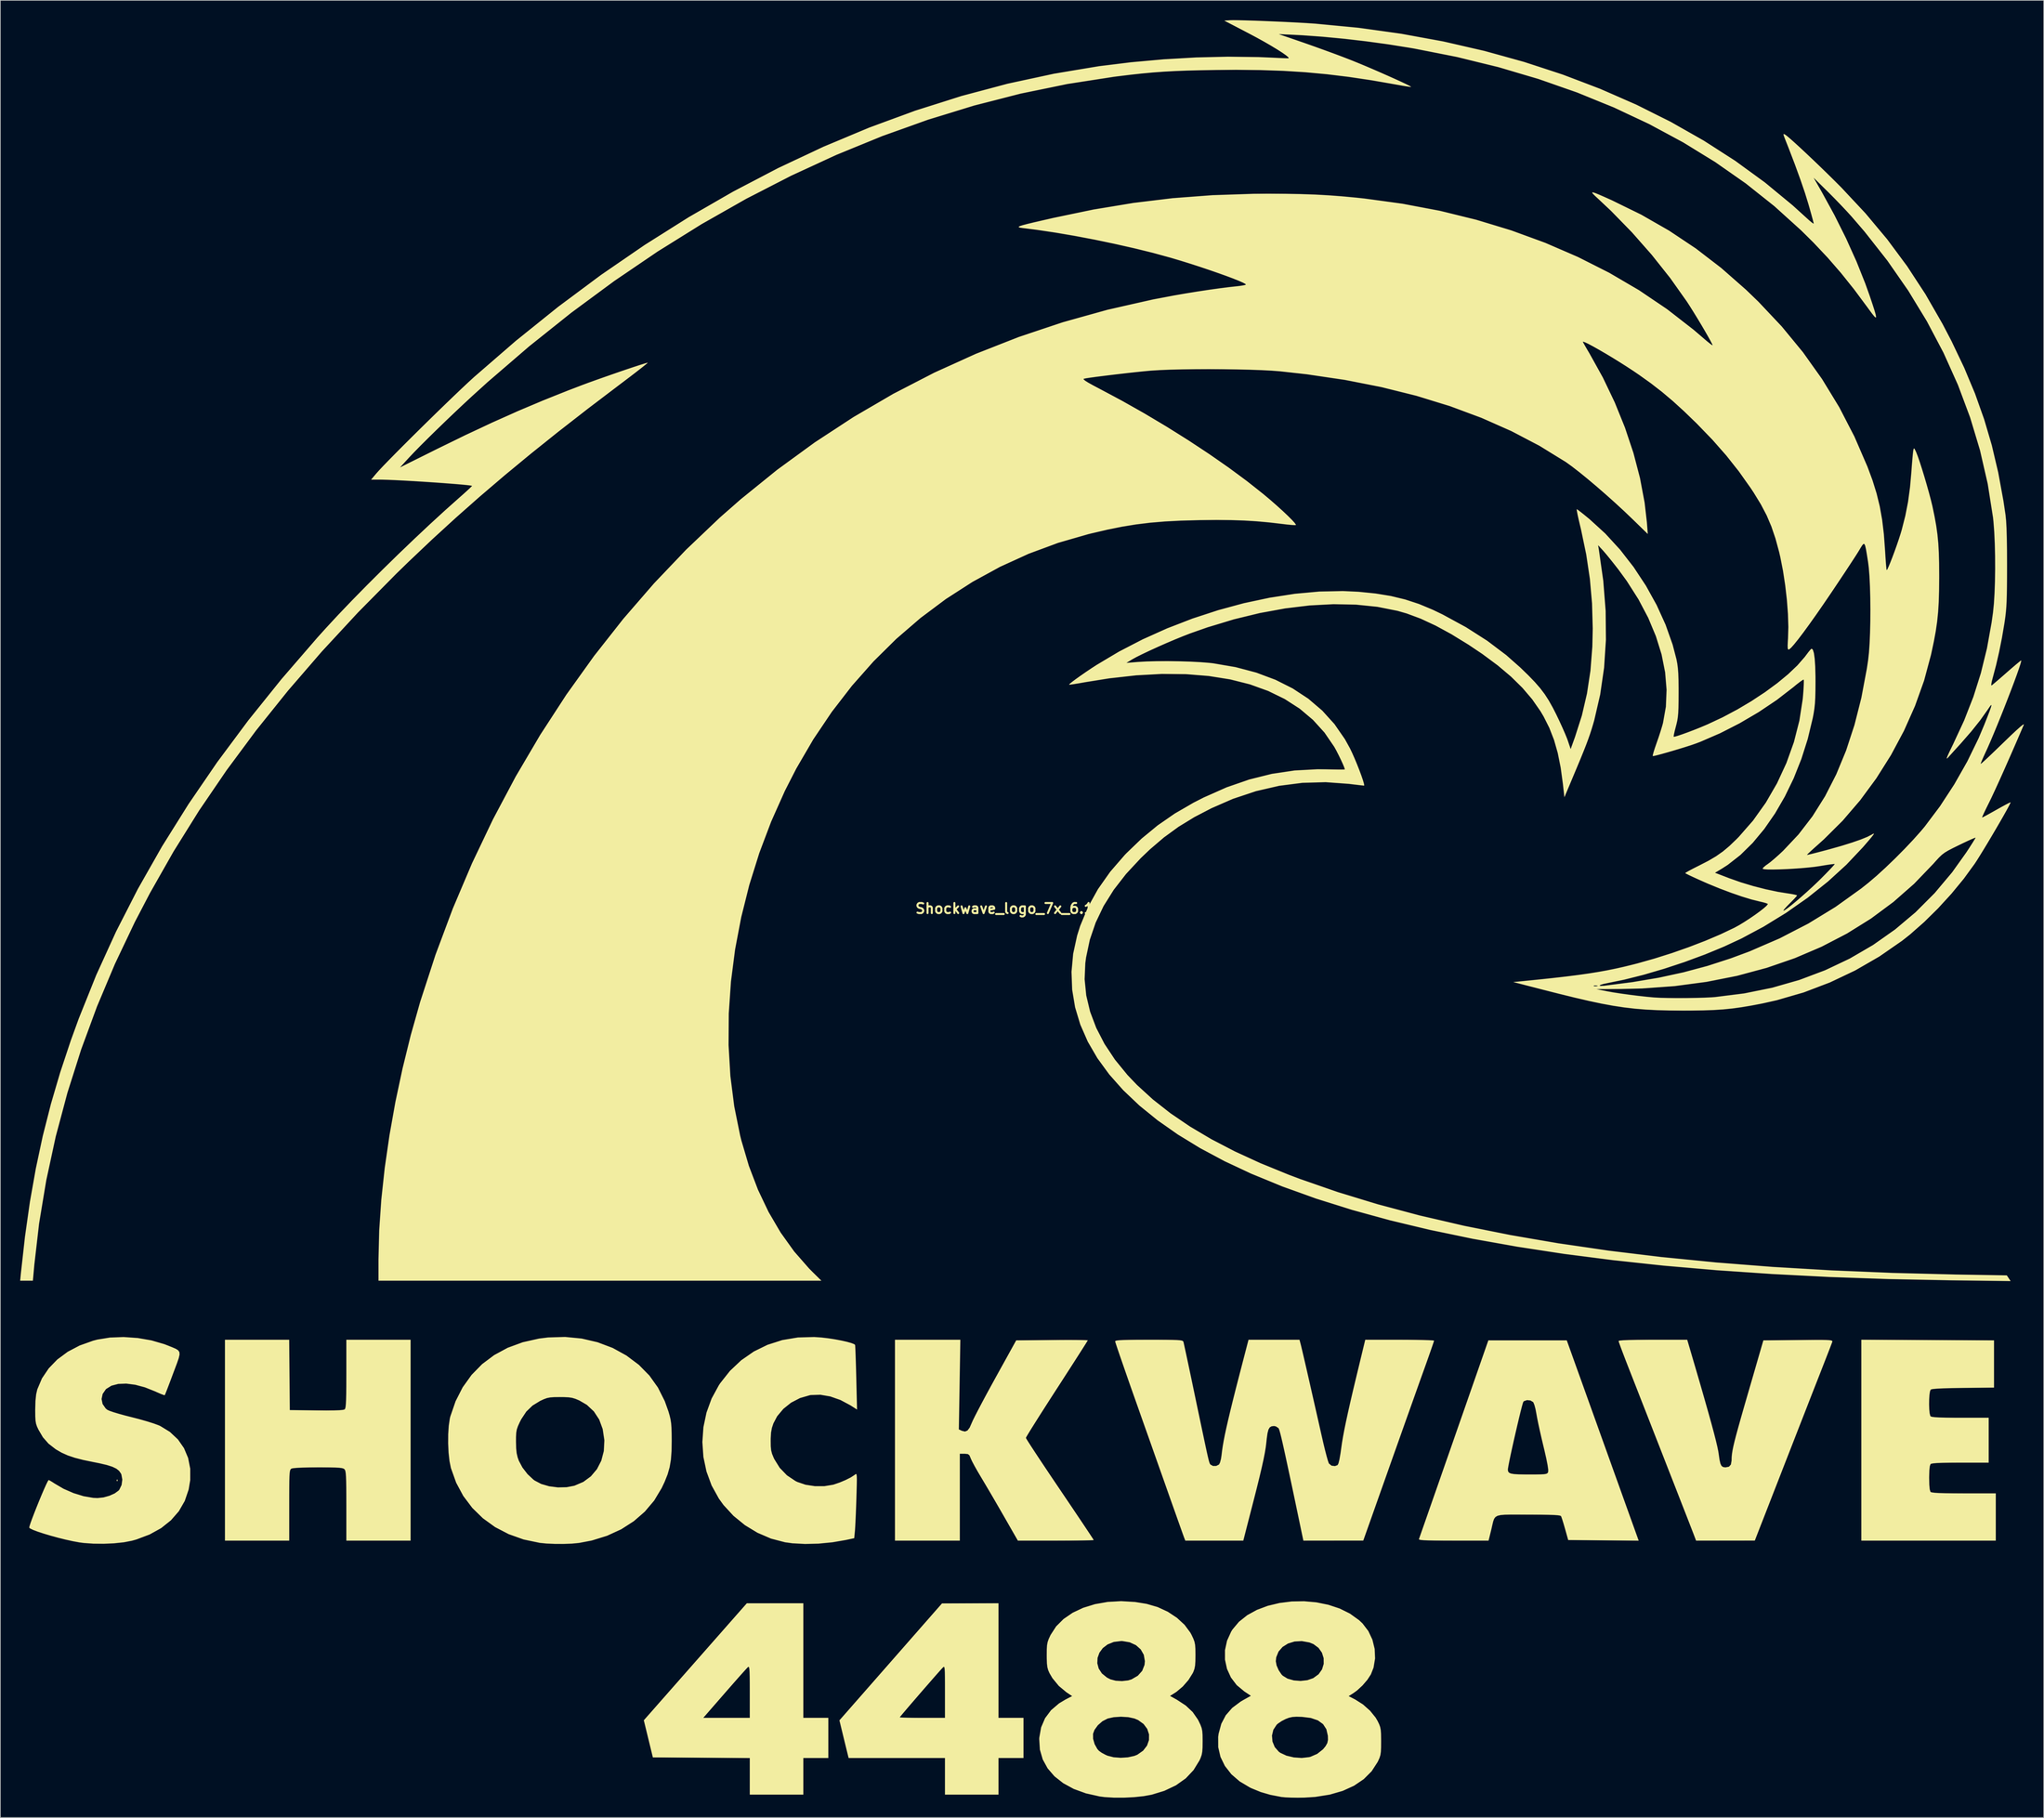
<source format=kicad_pcb>
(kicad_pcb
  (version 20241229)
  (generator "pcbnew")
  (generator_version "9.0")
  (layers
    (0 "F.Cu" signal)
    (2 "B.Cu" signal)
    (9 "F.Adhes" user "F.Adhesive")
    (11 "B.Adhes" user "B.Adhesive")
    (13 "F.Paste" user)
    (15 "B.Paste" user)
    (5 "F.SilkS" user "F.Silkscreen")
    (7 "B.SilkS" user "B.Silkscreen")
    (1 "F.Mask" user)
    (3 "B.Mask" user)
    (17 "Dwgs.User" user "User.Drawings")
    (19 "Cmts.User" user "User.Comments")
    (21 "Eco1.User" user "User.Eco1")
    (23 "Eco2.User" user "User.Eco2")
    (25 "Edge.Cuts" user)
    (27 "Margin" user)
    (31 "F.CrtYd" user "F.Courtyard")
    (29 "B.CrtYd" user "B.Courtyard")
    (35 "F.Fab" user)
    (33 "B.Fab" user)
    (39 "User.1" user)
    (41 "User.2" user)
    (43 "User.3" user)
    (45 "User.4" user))
  (footprint "Shockwave_logo_7x_6.1"
    (layer "F.Cu")
    (at 148.995 134.493)
    (property "Reference" "Shockwave_logo_7x_6.1" (at 0 0 0) (layer "F.SilkS") (effects (font (size 1.524 1.524) (thickness 0.3))))
    (attr board_only exclude_from_pos_files exclude_from_bom)
    (fp_poly (pts (xy -134.266 86.455) (xy -134.244 86.668) (xy -134.266 86.694) (xy -134.373 86.669) (xy -134.386 86.575) (xy -134.32 86.427)) (stroke (width 0) (type solid)) (fill yes) (layer "F.SilkS"))
    (fp_poly (pts (xy -30.444 122.528) (xy -26.661 122.528) (xy -26.661 128.61) (xy -30.444 128.61) (xy -30.444 134.155) (xy -38.55 134.155) (xy -38.55 128.614) (xy -45.887 128.567) (xy -53.224 128.52) (xy -54.589 122.896) (xy -54.266 122.528) (xy -45.59 122.528) (xy -38.55 122.528) (xy -38.55 118.571) (xy -38.553 117.279) (xy -38.562 116.305) (xy -38.58 115.61) (xy -38.611 115.154) (xy -38.657 114.897) (xy -38.721 114.801) (xy -38.805 114.824) (xy -38.819 114.835) (xy -39.004 115.025) (xy -39.39 115.448) (xy -39.945 116.068) (xy -40.635 116.847) (xy -41.427 117.748) (xy -42.287 118.734) (xy -42.338 118.792) (xy -45.59 122.528) (xy -54.266 122.528) (xy -46.795 114.038) (xy -39.001 105.181) (xy -34.722 105.179) (xy -30.444 105.177)) (stroke (width 0) (type solid)) (fill yes) (layer "F.SilkS"))
    (fp_poly (pts (xy -0.901 122.528) (xy 2.882 122.528) (xy 2.882 128.61) (xy -0.901 128.61) (xy -0.901 134.155) (xy -9.007 134.155) (xy -9.007 128.61) (xy -23.592 128.61) (xy -23.693 128.207) (xy -23.77 127.891) (xy -23.914 127.303) (xy -24.104 126.52) (xy -24.323 125.619) (xy -24.387 125.355) (xy -24.981 122.905) (xy -24.58 122.447) (xy -15.852 122.447) (xy -15.682 122.473) (xy -15.206 122.495) (xy -14.48 122.512) (xy -13.56 122.524) (xy -12.502 122.528) (xy -12.43 122.528) (xy -9.007 122.528) (xy -9.007 118.553) (xy -9.008 117.266) (xy -9.013 116.297) (xy -9.026 115.605) (xy -9.052 115.152) (xy -9.092 114.898) (xy -9.152 114.802) (xy -9.235 114.825) (xy -9.345 114.927) (xy -9.348 114.931) (xy -9.609 115.214) (xy -10.043 115.701) (xy -10.613 116.348) (xy -11.283 117.115) (xy -12.017 117.957) (xy -12.778 118.834) (xy -13.528 119.703) (xy -14.232 120.52) (xy -14.852 121.245) (xy -15.353 121.835) (xy -15.697 122.247) (xy -15.849 122.439) (xy -15.852 122.447) (xy -24.58 122.447) (xy -17.219 114.053) (xy -9.457 105.2) (xy -0.901 105.177)) (stroke (width 0) (type solid)) (fill yes) (layer "F.SilkS"))
    (fp_poly (pts (xy 139.745 65.332) (xy 149.788 65.378) (xy 149.788 72.533) (xy 145.119 72.581) (xy 143.451 72.606) (xy 142.12 72.643) (xy 141.134 72.692) (xy 140.496 72.752) (xy 140.213 72.824) (xy 140.21 72.826) (xy 140.097 73.096) (xy 140.017 73.625) (xy 139.972 74.318) (xy 139.961 75.08) (xy 139.985 75.813) (xy 140.046 76.423) (xy 140.143 76.812) (xy 140.186 76.88) (xy 140.383 76.955) (xy 140.82 77.012) (xy 141.524 77.053) (xy 142.521 77.08) (xy 143.838 77.093) (xy 144.69 77.094) (xy 148.977 77.094) (xy 148.977 83.892) (xy 144.69 83.892) (xy 143.19 83.898) (xy 142.023 83.917) (xy 141.164 83.95) (xy 140.587 83.998) (xy 140.264 84.064) (xy 140.186 84.106) (xy 140.073 84.414) (xy 140 85.059) (xy 139.971 86.025) (xy 139.97 86.217) (xy 139.992 87.235) (xy 140.058 87.935) (xy 140.165 88.3) (xy 140.186 88.328) (xy 140.372 88.398) (xy 140.787 88.453) (xy 141.459 88.494) (xy 142.414 88.522) (xy 143.677 88.537) (xy 145.23 88.542) (xy 150.058 88.542) (xy 150.058 95.697) (xy 129.702 95.697) (xy 129.702 65.286)) (stroke (width 0) (type solid)) (fill yes) (layer "F.SilkS"))
    (fp_poly (pts (xy -108.175 75.932) (xy -104.145 75.98) (xy -102.65 75.99) (xy -101.495 75.981) (xy -100.661 75.952) (xy -100.127 75.901) (xy -99.873 75.829) (xy -99.866 75.824) (xy -99.792 75.7) (xy -99.733 75.44) (xy -99.689 75.009) (xy -99.657 74.372) (xy -99.635 73.492) (xy -99.623 72.334) (xy -99.619 70.863) (xy -99.618 70.454) (xy -99.618 65.289) (xy -89.891 65.289) (xy -89.891 95.697) (xy -99.618 95.697) (xy -99.618 90.433) (xy -99.621 88.895) (xy -99.628 87.676) (xy -99.644 86.737) (xy -99.669 86.039) (xy -99.705 85.544) (xy -99.755 85.213) (xy -99.821 85.006) (xy -99.902 84.888) (xy -100.048 84.791) (xy -100.297 84.719) (xy -100.695 84.668) (xy -101.291 84.634) (xy -102.131 84.615) (xy -103.263 84.608) (xy -103.876 84.607) (xy -105.152 84.616) (xy -106.24 84.642) (xy -107.095 84.683) (xy -107.673 84.737) (xy -107.917 84.792) (xy -108.016 84.86) (xy -108.094 84.973) (xy -108.154 85.169) (xy -108.198 85.487) (xy -108.229 85.968) (xy -108.249 86.648) (xy -108.259 87.568) (xy -108.264 88.767) (xy -108.265 90.283) (xy -108.265 95.697) (xy -117.993 95.697) (xy -117.993 65.289) (xy -108.271 65.289)) (stroke (width 0) (type solid)) (fill yes) (layer "F.SilkS"))
    (fp_poly (pts (xy -6.79 72.077) (xy -6.903 78.865) (xy -6.444 79.073) (xy -5.984 79.185) (xy -5.606 79.035) (xy -5.269 78.591) (xy -4.953 77.876) (xy -4.775 77.476) (xy -4.444 76.806) (xy -3.984 75.911) (xy -3.417 74.834) (xy -2.766 73.619) (xy -2.055 72.309) (xy -1.391 71.102) (xy 1.776 65.378) (xy 7.193 65.331) (xy 8.548 65.322) (xy 9.78 65.319) (xy 10.843 65.323) (xy 11.695 65.332) (xy 12.29 65.347) (xy 12.585 65.367) (xy 12.61 65.375) (xy 12.515 65.54) (xy 12.245 65.975) (xy 11.816 66.652) (xy 11.249 67.541) (xy 10.563 68.613) (xy 9.775 69.838) (xy 8.906 71.187) (xy 7.973 72.63) (xy 7.926 72.702) (xy 6.99 74.152) (xy 6.116 75.514) (xy 5.323 76.757) (xy 4.631 77.852) (xy 4.057 78.767) (xy 3.622 79.474) (xy 3.345 79.941) (xy 3.243 80.139) (xy 3.243 80.141) (xy 3.34 80.325) (xy 3.621 80.777) (xy 4.065 81.468) (xy 4.655 82.369) (xy 5.37 83.451) (xy 6.193 84.687) (xy 7.104 86.046) (xy 8.084 87.5) (xy 8.377 87.933) (xy 9.372 89.406) (xy 10.304 90.788) (xy 11.153 92.05) (xy 11.901 93.166) (xy 12.528 94.105) (xy 13.017 94.842) (xy 13.348 95.346) (xy 13.502 95.59) (xy 13.511 95.609) (xy 13.338 95.63) (xy 12.847 95.65) (xy 12.082 95.667) (xy 11.084 95.681) (xy 9.897 95.691) (xy 8.563 95.696) (xy 7.769 95.697) (xy 2.026 95.697) (xy -0.101 91.986) (xy -0.798 90.775) (xy -1.529 89.515) (xy -2.244 88.291) (xy -2.895 87.187) (xy -3.432 86.286) (xy -3.557 86.078) (xy -4.06 85.228) (xy -4.51 84.429) (xy -4.867 83.759) (xy -5.088 83.295) (xy -5.118 83.216) (xy -5.304 82.782) (xy -5.543 82.594) (xy -5.977 82.55) (xy -6.053 82.55) (xy -6.755 82.55) (xy -6.755 95.697) (xy -11.664 95.697) (xy -16.573 95.697) (xy -16.573 65.289) (xy -6.678 65.289)) (stroke (width 0) (type solid)) (fill yes) (layer "F.SilkS"))
    (fp_poly (pts (xy -27.755 64.945) (xy -26.743 65.061) (xy -25.716 65.217) (xy -24.738 65.398) (xy -23.874 65.59) (xy -23.188 65.78) (xy -22.745 65.953) (xy -22.609 66.067) (xy -22.588 66.294) (xy -22.561 66.83) (xy -22.53 67.626) (xy -22.497 68.633) (xy -22.462 69.802) (xy -22.43 71.063) (xy -22.314 75.853) (xy -23.305 75.224) (xy -24.821 74.412) (xy -26.365 73.869) (xy -27.875 73.61) (xy -29.289 73.652) (xy -29.472 73.682) (xy -30.947 74.11) (xy -32.299 74.814) (xy -33.471 75.749) (xy -34.406 76.87) (xy -34.973 77.945) (xy -35.203 78.628) (xy -35.333 79.338) (xy -35.385 80.216) (xy -35.389 80.582) (xy -35.377 81.415) (xy -35.317 82.027) (xy -35.183 82.552) (xy -34.947 83.127) (xy -34.84 83.355) (xy -34.019 84.679) (xy -32.929 85.809) (xy -31.633 86.68) (xy -31.345 86.822) (xy -30.111 87.237) (xy -28.709 87.451) (xy -27.273 87.452) (xy -25.939 87.233) (xy -25.839 87.205) (xy -24.953 86.905) (xy -24.057 86.528) (xy -23.264 86.126) (xy -22.689 85.753) (xy -22.63 85.705) (xy -22.519 85.62) (xy -22.438 85.614) (xy -22.383 85.725) (xy -22.352 85.996) (xy -22.342 86.467) (xy -22.352 87.179) (xy -22.378 88.173) (xy -22.41 89.258) (xy -22.451 90.476) (xy -22.496 91.645) (xy -22.543 92.693) (xy -22.587 93.546) (xy -22.626 94.131) (xy -22.633 94.214) (xy -22.738 95.324) (xy -24.024 95.6) (xy -26.05 95.949) (xy -28.14 96.152) (xy -30.189 96.204) (xy -32.091 96.101) (xy -33.224 95.945) (xy -35.34 95.39) (xy -37.382 94.513) (xy -39.296 93.35) (xy -41.029 91.936) (xy -42.528 90.307) (xy -43.236 89.327) (xy -44.328 87.347) (xy -45.107 85.234) (xy -45.574 83.03) (xy -45.729 80.78) (xy -45.572 78.527) (xy -45.105 76.314) (xy -44.328 74.185) (xy -43.24 72.183) (xy -43.041 71.882) (xy -41.549 69.995) (xy -39.842 68.387) (xy -37.94 67.069) (xy -35.865 66.049) (xy -33.637 65.337) (xy -31.276 64.943) (xy -28.804 64.875)) (stroke (width 0) (type solid)) (fill yes) (layer "F.SilkS"))
    (fp_poly (pts (xy 103.755 66.675) (xy 104.604 69.564) (xy 105.35 72.126) (xy 105.998 74.376) (xy 106.552 76.329) (xy 107.015 78) (xy 107.392 79.403) (xy 107.687 80.554) (xy 107.904 81.467) (xy 108.047 82.156) (xy 108.11 82.55) (xy 108.237 83.441) (xy 108.37 84.033) (xy 108.539 84.386) (xy 108.774 84.558) (xy 109.104 84.607) (xy 109.152 84.607) (xy 109.666 84.507) (xy 109.959 84.177) (xy 110.065 83.572) (xy 110.067 83.441) (xy 110.079 83.035) (xy 110.122 82.586) (xy 110.204 82.058) (xy 110.334 81.419) (xy 110.519 80.632) (xy 110.769 79.663) (xy 111.092 78.478) (xy 111.496 77.041) (xy 111.99 75.319) (xy 112.357 74.054) (xy 112.796 72.539) (xy 113.216 71.091) (xy 113.604 69.756) (xy 113.945 68.579) (xy 114.227 67.606) (xy 114.437 66.884) (xy 114.56 66.459) (xy 114.562 66.451) (xy 114.873 65.378) (xy 120.139 65.331) (xy 121.652 65.318) (xy 122.843 65.311) (xy 123.748 65.312) (xy 124.406 65.324) (xy 124.854 65.349) (xy 125.13 65.388) (xy 125.271 65.444) (xy 125.314 65.519) (xy 125.299 65.615) (xy 125.295 65.627) (xy 125.201 65.882) (xy 124.996 66.422) (xy 124.696 67.199) (xy 124.322 68.163) (xy 123.891 69.267) (xy 123.476 70.326) (xy 123.093 71.303) (xy 122.598 72.567) (xy 122.009 74.073) (xy 121.345 75.775) (xy 120.622 77.626) (xy 119.859 79.581) (xy 119.073 81.594) (xy 118.284 83.618) (xy 117.673 85.185) (xy 113.579 95.69) (xy 109.134 95.693) (xy 104.688 95.697) (xy 104.332 94.758) (xy 104.209 94.44) (xy 103.967 93.818) (xy 103.618 92.922) (xy 103.174 91.783) (xy 102.645 90.429) (xy 102.045 88.89) (xy 101.383 87.197) (xy 100.672 85.378) (xy 99.924 83.465) (xy 99.15 81.485) (xy 98.362 79.471) (xy 97.572 77.45) (xy 96.79 75.453) (xy 96.03 73.51) (xy 95.301 71.651) (xy 94.617 69.904) (xy 94.371 69.275) (xy 93.954 68.204) (xy 93.586 67.242) (xy 93.285 66.44) (xy 93.071 65.849) (xy 92.963 65.52) (xy 92.953 65.474) (xy 93.133 65.411) (xy 93.673 65.362) (xy 94.572 65.325) (xy 95.83 65.301) (xy 97.446 65.29) (xy 98.15 65.289) (xy 103.346 65.289)) (stroke (width 0) (type solid)) (fill yes) (layer "F.SilkS"))
    (fp_poly (pts (xy -64.007 65.106) (xy -61.589 65.664) (xy -59.308 66.527) (xy -57.217 67.678) (xy -55.337 69.09) (xy -53.753 70.7) (xy -52.452 72.524) (xy -51.423 74.577) (xy -50.861 76.145) (xy -50.674 76.789) (xy -50.541 77.358) (xy -50.453 77.937) (xy -50.401 78.615) (xy -50.375 79.478) (xy -50.365 80.582) (xy -50.389 82.139) (xy -50.487 83.44) (xy -50.682 84.586) (xy -50.994 85.674) (xy -51.445 86.804) (xy -51.892 87.75) (xy -53.019 89.625) (xy -54.431 91.299) (xy -56.105 92.757) (xy -58.018 93.983) (xy -60.149 94.962) (xy -62.473 95.68) (xy -64.401 96.047) (xy -65.461 96.149) (xy -66.734 96.198) (xy -68.078 96.194) (xy -69.351 96.136) (xy -70.345 96.036) (xy -72.784 95.524) (xy -75.044 94.722) (xy -77.107 93.647) (xy -78.953 92.313) (xy -80.563 90.738) (xy -81.918 88.937) (xy -82.998 86.928) (xy -83.784 84.726) (xy -83.792 84.696) (xy -84.003 83.65) (xy -84.142 82.381) (xy -84.207 80.996) (xy -84.206 80.761) (xy -73.938 80.761) (xy -73.912 81.729) (xy -73.837 82.464) (xy -73.692 83.089) (xy -73.508 83.609) (xy -72.966 84.63) (xy -72.193 85.629) (xy -71.302 86.465) (xy -71.119 86.601) (xy -70.128 87.12) (xy -68.919 87.469) (xy -67.597 87.636) (xy -66.271 87.607) (xy -65.101 87.384) (xy -63.746 86.808) (xy -62.601 85.962) (xy -61.687 84.878) (xy -61.028 83.593) (xy -60.646 82.142) (xy -60.564 80.558) (xy -60.57 80.448) (xy -60.818 78.805) (xy -61.349 77.362) (xy -62.152 76.136) (xy -63.217 75.144) (xy -64.348 74.484) (xy -64.924 74.238) (xy -65.425 74.084) (xy -65.97 74.001) (xy -66.679 73.968) (xy -67.287 73.964) (xy -68.146 73.973) (xy -68.763 74.016) (xy -69.255 74.114) (xy -69.74 74.292) (xy -70.285 74.547) (xy -71.442 75.255) (xy -72.376 76.16) (xy -73.15 77.328) (xy -73.383 77.788) (xy -73.647 78.372) (xy -73.813 78.858) (xy -73.901 79.364) (xy -73.936 80.008) (xy -73.938 80.761) (xy -84.206 80.761) (xy -84.199 79.602) (xy -84.115 78.307) (xy -83.955 77.218) (xy -83.883 76.915) (xy -83.084 74.589) (xy -82.008 72.484) (xy -80.667 70.612) (xy -79.075 68.983) (xy -77.244 67.608) (xy -75.188 66.497) (xy -72.919 65.661) (xy -70.451 65.11) (xy -69.098 64.941) (xy -66.523 64.862)) (stroke (width 0) (type solid)) (fill yes) (layer "F.SilkS"))
    (fp_poly (pts (xy 86.142 68.24) (xy 86.381 68.906) (xy 86.727 69.872) (xy 87.169 71.101) (xy 87.691 72.556) (xy 88.282 74.202) (xy 88.927 76) (xy 89.614 77.914) (xy 90.329 79.908) (xy 91.06 81.944) (xy 91.341 82.729) (xy 92.047 84.697) (xy 92.723 86.579) (xy 93.357 88.346) (xy 93.94 89.97) (xy 94.461 91.42) (xy 94.909 92.668) (xy 95.274 93.684) (xy 95.545 94.439) (xy 95.712 94.903) (xy 95.757 95.029) (xy 96.002 95.702) (xy 90.665 95.655) (xy 85.328 95.608) (xy 84.853 93.904) (xy 84.636 93.153) (xy 84.441 92.523) (xy 84.294 92.099) (xy 84.241 91.981) (xy 84.101 91.911) (xy 83.758 91.856) (xy 83.182 91.815) (xy 82.344 91.787) (xy 81.215 91.769) (xy 79.763 91.762) (xy 79.258 91.762) (xy 77.785 91.757) (xy 76.629 91.755) (xy 75.749 91.772) (xy 75.101 91.826) (xy 74.643 91.934) (xy 74.332 92.114) (xy 74.127 92.384) (xy 73.985 92.759) (xy 73.862 93.259) (xy 73.718 93.899) (xy 73.683 94.043) (xy 73.277 95.697) (xy 67.964 95.697) (xy 66.383 95.694) (xy 65.132 95.684) (xy 64.179 95.666) (xy 63.493 95.638) (xy 63.044 95.599) (xy 62.801 95.548) (xy 62.733 95.483) (xy 62.735 95.474) (xy 62.81 95.263) (xy 63 94.723) (xy 63.301 93.861) (xy 63.712 92.686) (xy 64.229 91.207) (xy 64.849 89.43) (xy 65.57 87.366) (xy 66.389 85.021) (xy 66.415 84.947) (xy 76.2 84.947) (xy 76.234 85.211) (xy 76.368 85.404) (xy 76.649 85.536) (xy 77.126 85.619) (xy 77.846 85.663) (xy 78.859 85.679) (xy 79.394 85.68) (xy 80.448 85.678) (xy 81.197 85.666) (xy 81.697 85.638) (xy 82.005 85.585) (xy 82.176 85.501) (xy 82.266 85.378) (xy 82.298 85.301) (xy 82.309 84.956) (xy 82.214 84.276) (xy 82.014 83.265) (xy 81.709 81.929) (xy 81.591 81.442) (xy 81.31 80.26) (xy 81.044 79.087) (xy 80.81 78.009) (xy 80.629 77.111) (xy 80.52 76.501) (xy 80.383 75.778) (xy 80.219 75.167) (xy 80.059 74.776) (xy 80.022 74.724) (xy 79.613 74.478) (xy 79.101 74.426) (xy 78.654 74.575) (xy 78.549 74.671) (xy 78.465 74.896) (xy 78.319 75.416) (xy 78.123 76.177) (xy 77.891 77.123) (xy 77.635 78.201) (xy 77.367 79.356) (xy 77.099 80.532) (xy 76.845 81.675) (xy 76.616 82.73) (xy 76.426 83.644) (xy 76.287 84.36) (xy 76.21 84.824) (xy 76.2 84.947) (xy 66.415 84.947) (xy 67.302 82.405) (xy 68.307 79.526) (xy 69.401 76.391) (xy 70.581 73.01) (xy 71.843 69.39) (xy 72.026 68.866) (xy 73.243 65.378) (xy 85.113 65.378)) (stroke (width 0) (type solid)) (fill yes) (layer "F.SilkS"))
    (fp_poly (pts (xy -131.207 65.025) (xy -129.119 65.385) (xy -127.176 65.95) (xy -126.619 66.166) (xy -125.924 66.446) (xy -125.411 66.67) (xy -125.071 66.891) (xy -124.894 67.161) (xy -124.87 67.535) (xy -124.989 68.064) (xy -125.241 68.803) (xy -125.616 69.804) (xy -125.837 70.391) (xy -126.213 71.395) (xy -126.549 72.278) (xy -126.823 72.988) (xy -127.015 73.472) (xy -127.105 73.677) (xy -127.107 73.68) (xy -127.29 73.643) (xy -127.719 73.48) (xy -128.314 73.224) (xy -128.575 73.105) (xy -130.106 72.494) (xy -131.574 72.1) (xy -132.935 71.924) (xy -134.148 71.97) (xy -135.17 72.238) (xy -135.96 72.73) (xy -136.025 72.791) (xy -136.509 73.492) (xy -136.672 74.259) (xy -136.517 75.014) (xy -136.051 75.682) (xy -135.811 75.884) (xy -135.487 76.037) (xy -134.878 76.25) (xy -134.047 76.501) (xy -133.061 76.773) (xy -132.136 77.007) (xy -130.913 77.321) (xy -129.771 77.646) (xy -128.788 77.957) (xy -128.042 78.231) (xy -127.788 78.344) (xy -126.317 79.248) (xy -125.115 80.375) (xy -124.194 81.696) (xy -123.568 83.182) (xy -123.25 84.805) (xy -123.251 86.535) (xy -123.488 87.963) (xy -124.077 89.691) (xy -124.975 91.248) (xy -126.17 92.621) (xy -127.648 93.799) (xy -129.396 94.77) (xy -131.403 95.523) (xy -132.081 95.712) (xy -133.299 95.947) (xy -134.754 96.102) (xy -136.33 96.173) (xy -137.91 96.158) (xy -139.38 96.052) (xy -140.056 95.962) (xy -141.039 95.779) (xy -142.126 95.539) (xy -143.256 95.259) (xy -144.371 94.955) (xy -145.41 94.645) (xy -146.315 94.348) (xy -147.026 94.079) (xy -147.483 93.857) (xy -147.617 93.745) (xy -147.584 93.538) (xy -147.434 93.066) (xy -147.19 92.388) (xy -146.875 91.562) (xy -146.514 90.645) (xy -146.13 89.698) (xy -145.747 88.778) (xy -145.389 87.943) (xy -145.079 87.251) (xy -144.842 86.762) (xy -144.7 86.534) (xy -144.681 86.525) (xy -144.436 86.643) (xy -144.022 86.896) (xy -143.814 87.034) (xy -142.423 87.848) (xy -140.912 88.508) (xy -139.381 88.978) (xy -137.931 89.224) (xy -137.284 89.252) (xy -136.386 89.157) (xy -135.481 88.908) (xy -134.681 88.549) (xy -134.098 88.122) (xy -133.984 87.99) (xy -133.639 87.275) (xy -133.528 86.458) (xy -133.668 85.691) (xy -133.739 85.532) (xy -134.018 85.137) (xy -134.436 84.805) (xy -135.039 84.515) (xy -135.876 84.248) (xy -136.995 83.985) (xy -137.874 83.81) (xy -139.446 83.486) (xy -140.729 83.157) (xy -141.794 82.799) (xy -142.71 82.388) (xy -143.55 81.901) (xy -143.624 81.853) (xy -144.706 81.014) (xy -145.548 80.052) (xy -146.234 78.883) (xy -146.449 78.42) (xy -146.589 78.002) (xy -146.67 77.533) (xy -146.708 76.918) (xy -146.717 76.061) (xy -146.717 75.842) (xy -146.681 74.551) (xy -146.574 73.548) (xy -146.402 72.801) (xy -145.692 71.136) (xy -144.67 69.618) (xy -143.362 68.267) (xy -141.792 67.106) (xy -139.988 66.155) (xy -137.973 65.436) (xy -137.306 65.262) (xy -135.403 64.955) (xy -133.336 64.878)) (stroke (width 0) (type solid)) (fill yes) (layer "F.SilkS"))
    (fp_poly (pts (xy 47.218 105.042) (xy 49.03 105.409) (xy 50.74 105.978) (xy 52.301 106.753) (xy 53.668 107.735) (xy 54.204 108.241) (xy 55.077 109.382) (xy 55.692 110.692) (xy 56.037 112.099) (xy 56.099 113.533) (xy 55.867 114.921) (xy 55.464 115.948) (xy 54.934 116.765) (xy 54.202 117.616) (xy 53.387 118.372) (xy 52.847 118.766) (xy 52.102 119.238) (xy 53.095 119.754) (xy 54.282 120.51) (xy 55.341 121.453) (xy 56.181 122.491) (xy 56.482 123.004) (xy 56.715 123.484) (xy 56.868 123.9) (xy 56.958 124.347) (xy 57.001 124.923) (xy 57.014 125.723) (xy 57.015 126.106) (xy 57.009 127.016) (xy 56.979 127.666) (xy 56.908 128.153) (xy 56.78 128.573) (xy 56.578 129.025) (xy 56.474 129.232) (xy 55.577 130.614) (xy 54.387 131.806) (xy 52.922 132.798) (xy 51.198 133.584) (xy 49.232 134.154) (xy 47.043 134.501) (xy 45.396 134.605) (xy 44.382 134.618) (xy 43.392 134.605) (xy 42.536 134.568) (xy 41.924 134.51) (xy 41.898 134.506) (xy 40.241 134.186) (xy 38.79 133.761) (xy 37.395 133.187) (xy 37.145 133.068) (xy 35.605 132.155) (xy 34.341 131.061) (xy 33.367 129.814) (xy 32.699 128.44) (xy 32.354 126.966) (xy 32.346 125.419) (xy 32.375 125.213) (xy 40.492 125.213) (xy 40.567 126.113) (xy 40.914 126.954) (xy 41.522 127.653) (xy 41.757 127.823) (xy 42.684 128.257) (xy 43.807 128.522) (xy 44.994 128.602) (xy 46.112 128.479) (xy 46.318 128.428) (xy 47.338 127.983) (xy 48.218 127.287) (xy 48.605 126.817) (xy 48.869 126.347) (xy 48.971 125.867) (xy 48.954 125.249) (xy 48.729 124.258) (xy 48.227 123.48) (xy 47.441 122.911) (xy 46.366 122.546) (xy 45.029 122.382) (xy 44.186 122.36) (xy 43.571 122.399) (xy 43.053 122.517) (xy 42.57 122.7) (xy 41.953 123.017) (xy 41.406 123.386) (xy 41.2 123.57) (xy 40.699 124.338) (xy 40.492 125.213) (xy 32.375 125.213) (xy 32.416 124.922) (xy 32.825 123.422) (xy 33.499 122.136) (xy 34.463 121.03) (xy 35.74 120.072) (xy 36.17 119.819) (xy 37.3 119.187) (xy 36.303 118.53) (xy 35.154 117.571) (xy 34.277 116.417) (xy 33.683 115.118) (xy 33.432 113.961) (xy 41.072 113.961) (xy 41.193 114.598) (xy 41.502 115.312) (xy 41.923 115.943) (xy 42.122 116.15) (xy 42.852 116.594) (xy 43.79 116.86) (xy 44.826 116.941) (xy 45.851 116.827) (xy 46.74 116.518) (xy 47.543 115.932) (xy 48.068 115.19) (xy 48.324 114.355) (xy 48.315 113.491) (xy 48.051 112.663) (xy 47.536 111.933) (xy 46.779 111.365) (xy 46.166 111.116) (xy 45.002 110.909) (xy 43.902 110.971) (xy 42.916 111.274) (xy 42.094 111.792) (xy 41.484 112.497) (xy 41.135 113.36) (xy 41.072 113.961) (xy 33.432 113.961) (xy 33.38 113.723) (xy 33.379 112.283) (xy 33.689 110.846) (xy 34.319 109.463) (xy 34.507 109.163) (xy 35.495 107.982) (xy 36.746 106.987) (xy 38.214 106.181) (xy 39.854 105.564) (xy 41.62 105.14) (xy 43.467 104.91) (xy 45.348 104.877)) (stroke (width 0) (type solid)) (fill yes) (layer "F.SilkS"))
    (fp_poly (pts (xy 19.771 104.988) (xy 21.527 105.271) (xy 23.183 105.754) (xy 24.728 106.471) (xy 26.107 107.381) (xy 27.262 108.446) (xy 28.135 109.625) (xy 28.323 109.974) (xy 28.591 110.539) (xy 28.763 111.005) (xy 28.859 111.482) (xy 28.902 112.08) (xy 28.913 112.91) (xy 28.913 113.045) (xy 28.901 113.955) (xy 28.856 114.607) (xy 28.761 115.102) (xy 28.603 115.54) (xy 28.499 115.76) (xy 27.85 116.798) (xy 26.994 117.782) (xy 26.054 118.577) (xy 25.86 118.705) (xy 25.063 119.206) (xy 26.095 119.783) (xy 27.448 120.669) (xy 28.491 121.651) (xy 29.271 122.774) (xy 29.402 123.026) (xy 29.67 123.592) (xy 29.843 124.058) (xy 29.94 124.534) (xy 29.983 125.13) (xy 29.993 125.958) (xy 29.993 126.102) (xy 29.983 126.998) (xy 29.94 127.644) (xy 29.847 128.145) (xy 29.686 128.607) (xy 29.523 128.968) (xy 28.623 130.437) (xy 27.433 131.697) (xy 25.955 132.744) (xy 24.192 133.578) (xy 22.288 134.163) (xy 21.077 134.385) (xy 19.634 134.536) (xy 18.083 134.613) (xy 16.546 134.611) (xy 15.146 134.526) (xy 14.411 134.432) (xy 12.33 133.964) (xy 10.486 133.29) (xy 8.895 132.424) (xy 7.573 131.382) (xy 6.533 130.177) (xy 5.791 128.824) (xy 5.363 127.34) (xy 5.263 125.737) (xy 5.275 125.515) (xy 5.377 124.94) (xy 13.409 124.94) (xy 13.415 125.696) (xy 13.649 126.517) (xy 14.058 127.246) (xy 14.301 127.518) (xy 14.72 127.818) (xy 15.305 128.132) (xy 15.602 128.262) (xy 16.513 128.497) (xy 17.586 128.577) (xy 18.682 128.508) (xy 19.662 128.293) (xy 20.114 128.109) (xy 20.993 127.492) (xy 21.578 126.735) (xy 21.872 125.895) (xy 21.88 125.031) (xy 21.608 124.199) (xy 21.059 123.459) (xy 20.24 122.868) (xy 19.668 122.626) (xy 18.733 122.425) (xy 17.632 122.36) (xy 16.532 122.432) (xy 15.623 122.632) (xy 14.834 123.036) (xy 14.138 123.643) (xy 13.625 124.353) (xy 13.409 124.94) (xy 5.377 124.94) (xy 5.549 123.968) (xy 6.142 122.584) (xy 7.049 121.371) (xy 8.264 120.336) (xy 9.25 119.746) (xy 10.239 119.232) (xy 9.376 118.655) (xy 8.224 117.696) (xy 7.258 116.518) (xy 6.812 115.755) (xy 6.617 115.312) (xy 6.493 114.859) (xy 6.426 114.296) (xy 6.425 114.261) (xy 14.049 114.261) (xy 14.264 115.065) (xy 14.748 115.806) (xy 15.517 116.433) (xy 16.034 116.698) (xy 16.841 116.91) (xy 17.797 116.964) (xy 18.727 116.859) (xy 19.233 116.706) (xy 20.184 116.152) (xy 20.847 115.412) (xy 21.201 114.515) (xy 21.257 113.942) (xy 21.091 112.985) (xy 20.624 112.166) (xy 19.898 111.521) (xy 18.958 111.089) (xy 17.848 110.905) (xy 17.654 110.901) (xy 16.541 111.036) (xy 15.614 111.408) (xy 14.887 111.966) (xy 14.375 112.661) (xy 14.091 113.443) (xy 14.049 114.261) (xy 6.425 114.261) (xy 6.399 113.525) (xy 6.396 113.044) (xy 6.403 112.174) (xy 6.44 111.552) (xy 6.528 111.066) (xy 6.687 110.607) (xy 6.94 110.064) (xy 6.985 109.973) (xy 7.82 108.683) (xy 8.944 107.561) (xy 10.322 106.617) (xy 11.917 105.865) (xy 13.695 105.314) (xy 15.62 104.977) (xy 17.657 104.864)) (stroke (width 0) (type solid)) (fill yes) (layer "F.SilkS"))
    (fp_poly (pts (xy 44.839 65.96) (xy 44.931 66.334) (xy 45.094 67.021) (xy 45.318 67.983) (xy 45.595 69.184) (xy 45.917 70.588) (xy 46.276 72.156) (xy 46.662 73.854) (xy 47.068 75.643) (xy 47.485 77.487) (xy 47.905 79.349) (xy 48.022 79.867) (xy 48.284 81.002) (xy 48.537 82.037) (xy 48.766 82.916) (xy 48.954 83.579) (xy 49.088 83.968) (xy 49.117 84.026) (xy 49.507 84.35) (xy 50.025 84.412) (xy 50.418 84.267) (xy 50.557 84.007) (xy 50.709 83.402) (xy 50.871 82.466) (xy 50.987 81.631) (xy 51.102 80.828) (xy 51.252 79.932) (xy 51.444 78.909) (xy 51.685 77.73) (xy 51.982 76.362) (xy 52.341 74.774) (xy 52.77 72.935) (xy 53.276 70.812) (xy 53.864 68.374) (xy 54.613 65.289) (xy 59.822 65.289) (xy 61.15 65.293) (xy 62.353 65.306) (xy 63.387 65.325) (xy 64.205 65.351) (xy 64.764 65.381) (xy 65.019 65.414) (xy 65.03 65.423) (xy 64.972 65.622) (xy 64.808 66.11) (xy 64.555 66.841) (xy 64.23 67.768) (xy 63.848 68.843) (xy 63.519 69.761) (xy 63.182 70.7) (xy 62.742 71.933) (xy 62.215 73.413) (xy 61.615 75.097) (xy 60.96 76.94) (xy 60.265 78.896) (xy 59.545 80.922) (xy 58.818 82.973) (xy 58.161 84.827) (xy 54.313 95.691) (xy 49.779 95.694) (xy 45.245 95.697) (xy 45.067 94.848) (xy 44.487 92.079) (xy 43.974 89.64) (xy 43.525 87.51) (xy 43.134 85.669) (xy 42.797 84.097) (xy 42.511 82.773) (xy 42.269 81.677) (xy 42.068 80.787) (xy 41.902 80.084) (xy 41.769 79.546) (xy 41.662 79.155) (xy 41.577 78.888) (xy 41.51 78.726) (xy 41.468 78.66) (xy 41.087 78.406) (xy 40.809 78.346) (xy 40.432 78.389) (xy 40.157 78.55) (xy 39.959 78.883) (xy 39.813 79.44) (xy 39.696 80.274) (xy 39.636 80.851) (xy 39.547 81.579) (xy 39.408 82.428) (xy 39.209 83.437) (xy 38.943 84.643) (xy 38.601 86.087) (xy 38.175 87.807) (xy 37.794 89.302) (xy 36.152 95.697) (xy 27.373 95.697) (xy 27.183 95.205) (xy 27.078 94.918) (xy 26.87 94.338) (xy 26.575 93.512) (xy 26.209 92.486) (xy 25.79 91.304) (xy 25.332 90.012) (xy 25.128 89.437) (xy 24.688 88.191) (xy 24.149 86.667) (xy 23.532 84.924) (xy 22.859 83.02) (xy 22.15 81.015) (xy 21.426 78.969) (xy 20.707 76.939) (xy 20.016 74.986) (xy 20.008 74.963) (xy 19.395 73.228) (xy 18.82 71.591) (xy 18.294 70.084) (xy 17.827 68.738) (xy 17.43 67.586) (xy 17.115 66.658) (xy 16.892 65.987) (xy 16.771 65.604) (xy 16.753 65.527) (xy 16.814 65.456) (xy 17.019 65.399) (xy 17.403 65.357) (xy 18 65.326) (xy 18.844 65.305) (xy 19.971 65.293) (xy 21.414 65.289) (xy 21.875 65.289) (xy 23.373 65.29) (xy 24.549 65.296) (xy 25.444 65.309) (xy 26.097 65.33) (xy 26.547 65.363) (xy 26.833 65.41) (xy 26.996 65.474) (xy 27.073 65.556) (xy 27.091 65.602) (xy 27.147 65.838) (xy 27.267 66.387) (xy 27.445 67.212) (xy 27.672 68.276) (xy 27.941 69.543) (xy 28.244 70.974) (xy 28.572 72.533) (xy 28.816 73.696) (xy 29.265 75.842) (xy 29.648 77.665) (xy 29.969 79.191) (xy 30.236 80.45) (xy 30.453 81.467) (xy 30.628 82.269) (xy 30.767 82.885) (xy 30.875 83.34) (xy 30.958 83.663) (xy 31.024 83.881) (xy 31.078 84.02) (xy 31.126 84.108) (xy 31.174 84.172) (xy 31.188 84.188) (xy 31.565 84.395) (xy 32.053 84.391) (xy 32.473 84.176) (xy 32.478 84.172) (xy 32.633 83.865) (xy 32.774 83.328) (xy 32.858 82.785) (xy 32.939 82.109) (xy 33.045 81.387) (xy 33.182 80.591) (xy 33.356 79.695) (xy 33.575 78.671) (xy 33.843 77.49) (xy 34.168 76.126) (xy 34.555 74.551) (xy 35.012 72.737) (xy 35.545 70.658) (xy 36.161 68.284) (xy 36.767 65.96) (xy 36.943 65.289) (xy 44.661 65.289)) (stroke (width 0) (type solid)) (fill yes) (layer "F.SilkS"))
    (fp_poly (pts (xy 35.383 -134.485) (xy 36.4 -134.461) (xy 37.612 -134.424) (xy 38.965 -134.375) (xy 40.402 -134.317) (xy 41.87 -134.253) (xy 43.313 -134.184) (xy 44.676 -134.112) (xy 45.905 -134.04) (xy 46.945 -133.97) (xy 47.017 -133.965) (xy 53.607 -133.331) (xy 60.08 -132.43) (xy 66.42 -131.265) (xy 72.613 -129.844) (xy 78.644 -128.173) (xy 84.498 -126.256) (xy 90.161 -124.099) (xy 95.619 -121.709) (xy 100.855 -119.092) (xy 105.857 -116.252) (xy 110.608 -113.197) (xy 115.094 -109.931) (xy 119.301 -106.46) (xy 121.262 -104.681) (xy 121.791 -104.202) (xy 122.206 -103.857) (xy 122.453 -103.69) (xy 122.496 -103.694) (xy 122.449 -103.916) (xy 122.317 -104.419) (xy 122.119 -105.142) (xy 121.871 -106.021) (xy 121.698 -106.623) (xy 121.161 -108.357) (xy 120.47 -110.382) (xy 119.637 -112.669) (xy 118.67 -115.191) (xy 118.19 -116.408) (xy 117.986 -116.936) (xy 117.915 -117.196) (xy 117.975 -117.252) (xy 118.154 -117.172) (xy 118.44 -116.963) (xy 118.946 -116.535) (xy 119.634 -115.921) (xy 120.471 -115.154) (xy 121.42 -114.268) (xy 122.445 -113.297) (xy 123.512 -112.273) (xy 124.584 -111.231) (xy 125.626 -110.204) (xy 126.602 -109.226) (xy 126.733 -109.092) (xy 130.331 -105.245) (xy 133.617 -101.316) (xy 136.631 -97.251) (xy 139.414 -92.993) (xy 142.003 -88.489) (xy 143.376 -85.853) (xy 145.277 -81.862) (xy 146.908 -77.96) (xy 148.293 -74.069) (xy 149.457 -70.113) (xy 150.422 -66.016) (xy 151.212 -61.702) (xy 151.532 -59.565) (xy 151.616 -58.733) (xy 151.681 -57.576) (xy 151.726 -56.085) (xy 151.753 -54.253) (xy 151.761 -52.073) (xy 151.761 -51.784) (xy 151.757 -50.072) (xy 151.746 -48.664) (xy 151.727 -47.505) (xy 151.698 -46.543) (xy 151.654 -45.721) (xy 151.595 -44.988) (xy 151.517 -44.288) (xy 151.418 -43.567) (xy 151.348 -43.108) (xy 150.983 -40.97) (xy 150.561 -38.85) (xy 150.106 -36.859) (xy 149.643 -35.11) (xy 149.618 -35.022) (xy 149.456 -34.403) (xy 149.374 -33.959) (xy 149.385 -33.76) (xy 149.412 -33.761) (xy 149.609 -33.916) (xy 150.023 -34.265) (xy 150.604 -34.763) (xy 151.298 -35.368) (xy 151.7 -35.721) (xy 152.426 -36.354) (xy 153.056 -36.893) (xy 153.543 -37.297) (xy 153.838 -37.527) (xy 153.901 -37.563) (xy 153.897 -37.405) (xy 153.772 -36.955) (xy 153.54 -36.255) (xy 153.218 -35.345) (xy 152.821 -34.264) (xy 152.364 -33.053) (xy 151.863 -31.752) (xy 151.334 -30.4) (xy 150.792 -29.039) (xy 150.253 -27.708) (xy 149.732 -26.448) (xy 149.244 -25.298) (xy 148.806 -24.298) (xy 148.54 -23.718) (xy 148.211 -22.997) (xy 147.955 -22.406) (xy 147.802 -22.013) (xy 147.773 -21.886) (xy 147.912 -21.989) (xy 148.273 -22.312) (xy 148.822 -22.822) (xy 149.523 -23.487) (xy 150.343 -24.275) (xy 151.182 -25.088) (xy 152.293 -26.161) (xy 153.163 -26.977) (xy 153.791 -27.535) (xy 154.174 -27.834) (xy 154.313 -27.874) (xy 154.299 -27.815) (xy 153.261 -25.41) (xy 152.297 -23.2) (xy 151.418 -21.207) (xy 150.634 -19.455) (xy 149.956 -17.968) (xy 149.393 -16.768) (xy 148.996 -15.957) (xy 148.603 -15.165) (xy 148.286 -14.5) (xy 148.072 -14.022) (xy 147.987 -13.788) (xy 147.991 -13.773) (xy 148.175 -13.857) (xy 148.61 -14.088) (xy 149.235 -14.432) (xy 149.988 -14.856) (xy 150.164 -14.956) (xy 150.933 -15.388) (xy 151.583 -15.739) (xy 152.053 -15.978) (xy 152.286 -16.075) (xy 152.3 -16.074) (xy 152.238 -15.9) (xy 152.016 -15.464) (xy 151.661 -14.813) (xy 151.198 -13.991) (xy 150.654 -13.043) (xy 150.056 -12.015) (xy 149.43 -10.953) (xy 148.803 -9.9) (xy 148.2 -8.902) (xy 147.648 -8.004) (xy 147.174 -7.252) (xy 146.854 -6.764) (xy 145.224 -4.524) (xy 143.357 -2.255) (xy 141.33 -0.039) (xy 139.217 2.045) (xy 137.094 3.916) (xy 135.874 4.882) (xy 132.423 7.272) (xy 128.763 9.384) (xy 124.931 11.202) (xy 120.965 12.709) (xy 116.901 13.888) (xy 114.717 14.374) (xy 113.051 14.694) (xy 111.56 14.946) (xy 110.165 15.139) (xy 108.783 15.278) (xy 107.333 15.372) (xy 105.734 15.428) (xy 103.905 15.452) (xy 102.681 15.456) (xy 100.668 15.441) (xy 98.831 15.394) (xy 97.116 15.307) (xy 95.467 15.172) (xy 93.832 14.981) (xy 92.154 14.726) (xy 90.38 14.399) (xy 88.456 13.993) (xy 86.327 13.499) (xy 83.938 12.91) (xy 82.505 12.546) (xy 81.176 12.205) (xy 89.621 12.205) (xy 91.242 12.533) (xy 92.145 12.696) (xy 93.299 12.874) (xy 94.595 13.055) (xy 95.924 13.222) (xy 97.178 13.363) (xy 98.247 13.463) (xy 98.357 13.471) (xy 99.281 13.519) (xy 100.468 13.548) (xy 101.824 13.56) (xy 103.255 13.555) (xy 104.665 13.534) (xy 105.959 13.498) (xy 107.044 13.446) (xy 107.545 13.409) (xy 111.964 12.853) (xy 116.223 11.988) (xy 120.312 10.817) (xy 124.223 9.346) (xy 127.948 7.58) (xy 131.476 5.524) (xy 134.8 3.183) (xy 137.911 0.563) (xy 140.8 -2.332) (xy 143.459 -5.497) (xy 145.588 -8.484) (xy 146.092 -9.253) (xy 146.515 -9.915) (xy 146.824 -10.411) (xy 146.982 -10.686) (xy 146.996 -10.72) (xy 146.844 -10.682) (xy 146.425 -10.508) (xy 145.793 -10.223) (xy 145.005 -9.853) (xy 144.524 -9.621) (xy 143.572 -9.154) (xy 142.867 -8.786) (xy 142.332 -8.463) (xy 141.889 -8.126) (xy 141.462 -7.721) (xy 140.972 -7.191) (xy 140.589 -6.758) (xy 137.697 -3.749) (xy 134.55 -0.986) (xy 131.159 1.527) (xy 127.535 3.785) (xy 123.687 5.784) (xy 119.627 7.52) (xy 115.364 8.988) (xy 110.911 10.186) (xy 106.276 11.107) (xy 101.471 11.748) (xy 96.506 12.105) (xy 93.313 12.182) (xy 89.621 12.205) (xy 81.176 12.205) (xy 79.356 11.739) (xy 89.145 11.739) (xy 89.384 11.77) (xy 89.44 11.771) (xy 89.748 11.751) (xy 89.775 11.695) (xy 89.759 11.688) (xy 89.401 11.653) (xy 89.219 11.682) (xy 89.145 11.739) (xy 79.356 11.739) (xy 77.011 11.137) (xy 78.272 11.011) (xy 80.848 10.75) (xy 83.108 10.508) (xy 85.098 10.279) (xy 86.861 10.057) (xy 88.442 9.834) (xy 89.885 9.604) (xy 91.233 9.36) (xy 92.531 9.095) (xy 93.824 8.802) (xy 95.155 8.474) (xy 95.835 8.299) (xy 98.392 7.58) (xy 101.013 6.75) (xy 103.615 5.837) (xy 106.113 4.874) (xy 108.425 3.891) (xy 110.464 2.92) (xy 110.51 2.896) (xy 111.217 2.508) (xy 112.005 2.029) (xy 112.823 1.498) (xy 113.619 0.951) (xy 114.341 0.426) (xy 114.937 -0.04) (xy 115.355 -0.41) (xy 115.543 -0.647) (xy 115.537 -0.702) (xy 115.288 -0.809) (xy 114.8 -0.949) (xy 114.3 -1.065) (xy 113.07 -1.372) (xy 111.598 -1.821) (xy 109.96 -2.386) (xy 108.233 -3.04) (xy 106.491 -3.755) (xy 105.973 -3.98) (xy 105.03 -4.399) (xy 104.213 -4.773) (xy 103.575 -5.075) (xy 103.167 -5.282) (xy 103.041 -5.365) (xy 103.193 -5.477) (xy 103.609 -5.712) (xy 104.229 -6.039) (xy 104.993 -6.425) (xy 105.158 -6.507) (xy 106.563 -7.232) (xy 107.729 -7.92) (xy 108.756 -8.643) (xy 109.748 -9.477) (xy 110.807 -10.494) (xy 111.152 -10.846) (xy 113.31 -13.312) (xy 115.245 -16.028) (xy 116.935 -18.947) (xy 118.36 -22.02) (xy 119.498 -25.203) (xy 120.328 -28.447) (xy 120.829 -31.705) (xy 120.882 -32.288) (xy 120.946 -33.153) (xy 120.985 -33.882) (xy 120.999 -34.404) (xy 120.982 -34.651) (xy 120.978 -34.659) (xy 120.812 -34.588) (xy 120.434 -34.326) (xy 119.904 -33.917) (xy 119.395 -33.5) (xy 116.919 -31.585) (xy 114.181 -29.746) (xy 111.275 -28.039) (xy 108.299 -26.521) (xy 105.349 -25.246) (xy 104.632 -24.974) (xy 103.993 -24.751) (xy 103.17 -24.485) (xy 102.234 -24.194) (xy 101.253 -23.9) (xy 100.297 -23.623) (xy 99.435 -23.382) (xy 98.738 -23.199) (xy 98.273 -23.093) (xy 98.137 -23.075) (xy 98.14 -23.231) (xy 98.25 -23.657) (xy 98.448 -24.286) (xy 98.696 -25.003) (xy 99.014 -25.921) (xy 99.318 -26.854) (xy 99.566 -27.672) (xy 99.68 -28.088) (xy 100.118 -30.548) (xy 100.224 -33.112) (xy 100.003 -35.76) (xy 99.462 -38.473) (xy 98.605 -41.23) (xy 97.44 -44.013) (xy 95.971 -46.801) (xy 94.204 -49.575) (xy 92.917 -51.337) (xy 92.278 -52.156) (xy 91.646 -52.948) (xy 91.085 -53.632) (xy 90.661 -54.127) (xy 90.596 -54.199) (xy 89.856 -55.004) (xy 89.972 -54.33) (xy 90.643 -49.611) (xy 90.999 -45.062) (xy 91.04 -40.679) (xy 90.766 -36.459) (xy 90.176 -32.398) (xy 89.27 -28.493) (xy 89.097 -27.886) (xy 88.868 -27.126) (xy 88.63 -26.39) (xy 88.361 -25.624) (xy 88.043 -24.774) (xy 87.652 -23.785) (xy 87.17 -22.602) (xy 86.576 -21.173) (xy 86.236 -20.363) (xy 84.757 -16.846) (xy 84.534 -18.842) (xy 84.193 -21.337) (xy 83.748 -23.545) (xy 83.182 -25.528) (xy 82.476 -27.348) (xy 81.609 -29.066) (xy 81.126 -29.88) (xy 79.887 -31.663) (xy 78.411 -33.399) (xy 76.673 -35.11) (xy 74.648 -36.818) (xy 72.312 -38.548) (xy 70.25 -39.93) (xy 67.662 -41.521) (xy 65.256 -42.833) (xy 63.005 -43.877) (xy 60.884 -44.667) (xy 59.483 -45.07) (xy 56.456 -45.669) (xy 53.216 -46.001) (xy 49.79 -46.071) (xy 46.202 -45.881) (xy 42.478 -45.433) (xy 38.644 -44.731) (xy 34.726 -43.777) (xy 30.749 -42.574) (xy 28.102 -41.644) (xy 27.017 -41.225) (xy 25.792 -40.724) (xy 24.494 -40.171) (xy 23.191 -39.596) (xy 21.951 -39.03) (xy 20.842 -38.503) (xy 19.931 -38.047) (xy 19.286 -37.69) (xy 19.275 -37.683) (xy 18.465 -37.19) (xy 20.176 -37.327) (xy 21.492 -37.403) (xy 23.036 -37.444) (xy 24.717 -37.453) (xy 26.447 -37.43) (xy 28.135 -37.378) (xy 29.691 -37.297) (xy 31.025 -37.19) (xy 31.615 -37.123) (xy 34.995 -36.54) (xy 38.128 -35.709) (xy 41.011 -34.632) (xy 43.638 -33.311) (xy 46.008 -31.75) (xy 48.115 -29.949) (xy 49.956 -27.912) (xy 51.528 -25.641) (xy 52.305 -24.237) (xy 52.638 -23.54) (xy 53 -22.721) (xy 53.365 -21.84) (xy 53.712 -20.959) (xy 54.018 -20.137) (xy 54.259 -19.435) (xy 54.413 -18.914) (xy 54.457 -18.634) (xy 54.436 -18.603) (xy 54.213 -18.624) (xy 53.708 -18.681) (xy 52.995 -18.766) (xy 52.15 -18.869) (xy 52.144 -18.87) (xy 48.618 -19.128) (xy 45.094 -19.029) (xy 41.577 -18.575) (xy 38.075 -17.767) (xy 34.594 -16.606) (xy 31.348 -15.193) (xy 28.714 -13.82) (xy 26.346 -12.368) (xy 24.149 -10.77) (xy 22.027 -8.96) (xy 20.619 -7.614) (xy 18.4 -5.225) (xy 16.531 -2.816) (xy 15.002 -0.369) (xy 13.803 2.137) (xy 12.923 4.721) (xy 12.353 7.401) (xy 12.236 8.271) (xy 12.131 10.703) (xy 12.377 13.16) (xy 12.966 15.622) (xy 13.891 18.074) (xy 15.144 20.497) (xy 16.72 22.875) (xy 18.609 25.191) (xy 20.066 26.718) (xy 22.476 28.917) (xy 25.151 31.015) (xy 28.105 33.021) (xy 31.353 34.944) (xy 34.909 36.791) (xy 38.787 38.57) (xy 43.003 40.291) (xy 44.765 40.957) (xy 50.494 42.945) (xy 56.535 44.786) (xy 62.889 46.48) (xy 69.559 48.028) (xy 76.545 49.43) (xy 83.849 50.686) (xy 91.472 51.797) (xy 99.416 52.762) (xy 107.683 53.581) (xy 116.274 54.256) (xy 125.189 54.786) (xy 134.432 55.171) (xy 144.003 55.412) (xy 144.452 55.419) (xy 151.726 55.54) (xy 152.015 55.972) (xy 152.304 56.404) (xy 143.119 56.286) (xy 133.834 56.099) (xy 124.859 55.784) (xy 116.196 55.34) (xy 107.846 54.768) (xy 99.812 54.069) (xy 92.096 53.242) (xy 84.7 52.288) (xy 77.625 51.207) (xy 70.875 50) (xy 64.45 48.666) (xy 58.353 47.207) (xy 52.586 45.621) (xy 47.15 43.911) (xy 42.049 42.076) (xy 37.331 40.136) (xy 33.333 38.262) (xy 29.639 36.288) (xy 26.252 34.22) (xy 23.176 32.063) (xy 20.416 29.823) (xy 17.975 27.505) (xy 15.857 25.116) (xy 14.065 22.661) (xy 12.605 20.145) (xy 11.479 17.574) (xy 10.691 14.954) (xy 10.246 12.29) (xy 10.146 9.588) (xy 10.397 6.853) (xy 11.002 4.091) (xy 11.462 2.633) (xy 12.637 -0.2) (xy 14.149 -2.929) (xy 16.003 -5.561) (xy 18.204 -8.104) (xy 18.436 -8.346) (xy 20.778 -10.602) (xy 23.203 -12.596) (xy 25.789 -14.383) (xy 28.612 -16.019) (xy 30.174 -16.816) (xy 33.636 -18.349) (xy 37.063 -19.537) (xy 40.48 -20.386) (xy 43.915 -20.9) (xy 47.395 -21.088) (xy 48.666 -21.076) (xy 49.634 -21.055) (xy 50.461 -21.043) (xy 51.088 -21.041) (xy 51.452 -21.049) (xy 51.521 -21.059) (xy 51.443 -21.334) (xy 51.235 -21.84) (xy 50.938 -22.494) (xy 50.591 -23.211) (xy 50.233 -23.907) (xy 49.913 -24.482) (xy 48.443 -26.633) (xy 46.7 -28.556) (xy 44.693 -30.249) (xy 42.427 -31.711) (xy 39.911 -32.939) (xy 37.15 -33.932) (xy 34.152 -34.688) (xy 30.924 -35.204) (xy 27.472 -35.48) (xy 23.805 -35.514) (xy 19.929 -35.303) (xy 15.85 -34.846) (xy 12.166 -34.251) (xy 11.297 -34.097) (xy 10.565 -33.977) (xy 10.039 -33.901) (xy 9.784 -33.879) (xy 9.772 -33.882) (xy 9.875 -34.014) (xy 10.23 -34.307) (xy 10.788 -34.726) (xy 11.502 -35.236) (xy 12.32 -35.802) (xy 13.196 -36.39) (xy 13.961 -36.887) (xy 17.35 -38.905) (xy 20.925 -40.754) (xy 24.646 -42.423) (xy 28.469 -43.899) (xy 32.353 -45.171) (xy 36.255 -46.227) (xy 40.135 -47.056) (xy 43.949 -47.645) (xy 47.656 -47.984) (xy 51.213 -48.059) (xy 53.592 -47.949) (xy 56.169 -47.689) (xy 58.49 -47.312) (xy 60.649 -46.791) (xy 62.739 -46.103) (xy 64.852 -45.223) (xy 66.292 -44.53) (xy 69.841 -42.6) (xy 73.059 -40.546) (xy 75.954 -38.362) (xy 78.07 -36.493) (xy 79.287 -35.312) (xy 80.276 -34.289) (xy 81.09 -33.354) (xy 81.781 -32.44) (xy 82.402 -31.477) (xy 83.005 -30.399) (xy 83.5 -29.425) (xy 83.988 -28.41) (xy 84.455 -27.392) (xy 84.86 -26.465) (xy 85.163 -25.718) (xy 85.263 -25.44) (xy 85.701 -24.138) (xy 86.365 -25.974) (xy 87.4 -29.222) (xy 88.175 -32.546) (xy 88.701 -36.003) (xy 88.984 -39.645) (xy 89.044 -42.393) (xy 88.94 -46.185) (xy 88.618 -49.882) (xy 88.062 -53.593) (xy 87.26 -57.426) (xy 87.122 -58) (xy 86.915 -58.878) (xy 86.754 -59.618) (xy 86.652 -60.157) (xy 86.621 -60.434) (xy 86.63 -60.458) (xy 86.801 -60.349) (xy 87.192 -60.052) (xy 87.75 -59.609) (xy 88.419 -59.063) (xy 88.572 -58.936) (xy 90.942 -56.772) (xy 93.174 -54.34) (xy 95.234 -51.691) (xy 97.092 -48.878) (xy 98.716 -45.95) (xy 100.075 -42.958) (xy 101.137 -39.953) (xy 101.715 -37.742) (xy 101.842 -37.084) (xy 101.934 -36.385) (xy 101.995 -35.574) (xy 102.031 -34.58) (xy 102.045 -33.333) (xy 102.045 -32.644) (xy 102.039 -31.366) (xy 102.021 -30.374) (xy 101.985 -29.601) (xy 101.926 -28.975) (xy 101.838 -28.426) (xy 101.714 -27.885) (xy 101.631 -27.57) (xy 101.455 -26.89) (xy 101.335 -26.353) (xy 101.289 -26.042) (xy 101.296 -26) (xy 101.496 -26.022) (xy 101.966 -26.16) (xy 102.646 -26.391) (xy 103.476 -26.694) (xy 104.392 -27.044) (xy 105.335 -27.421) (xy 106.243 -27.801) (xy 106.464 -27.897) (xy 108.716 -28.954) (xy 110.936 -30.134) (xy 113.08 -31.407) (xy 115.105 -32.742) (xy 116.967 -34.108) (xy 118.623 -35.475) (xy 120.028 -36.812) (xy 121.14 -38.089) (xy 121.334 -38.349) (xy 121.71 -38.846) (xy 122.012 -39.203) (xy 122.174 -39.344) (xy 122.174 -39.344) (xy 122.368 -39.181) (xy 122.525 -38.671) (xy 122.643 -37.822) (xy 122.722 -36.641) (xy 122.761 -35.137) (xy 122.764 -34.344) (xy 122.756 -33.003) (xy 122.73 -31.933) (xy 122.68 -31.05) (xy 122.598 -30.267) (xy 122.479 -29.497) (xy 122.35 -28.823) (xy 121.592 -25.679) (xy 120.624 -22.633) (xy 119.463 -19.715) (xy 118.128 -16.956) (xy 116.637 -14.386) (xy 115.007 -12.035) (xy 113.258 -9.933) (xy 111.407 -8.111) (xy 109.473 -6.598) (xy 108.586 -6.029) (xy 107.555 -5.414) (xy 109.738 -4.571) (xy 111.439 -3.971) (xy 113.313 -3.407) (xy 115.228 -2.915) (xy 117.054 -2.526) (xy 118.308 -2.322) (xy 119.031 -2.212) (xy 119.595 -2.105) (xy 119.923 -2.016) (xy 119.974 -1.981) (xy 119.855 -1.812) (xy 119.536 -1.459) (xy 119.079 -0.989) (xy 118.898 -0.81) (xy 118.418 -0.32) (xy 118.069 0.069) (xy 117.906 0.297) (xy 117.903 0.328) (xy 118.083 0.267) (xy 118.481 -0.004) (xy 119.055 -0.449) (xy 119.762 -1.032) (xy 120.559 -1.715) (xy 121.404 -2.463) (xy 122.253 -3.239) (xy 123.065 -4.007) (xy 123.613 -4.545) (xy 124.312 -5.252) (xy 124.908 -5.868) (xy 125.358 -6.349) (xy 125.624 -6.652) (xy 125.678 -6.738) (xy 125.487 -6.733) (xy 125.012 -6.674) (xy 124.325 -6.571) (xy 123.496 -6.433) (xy 123.47 -6.429) (xy 122.66 -6.31) (xy 121.686 -6.202) (xy 120.604 -6.106) (xy 119.471 -6.026) (xy 118.344 -5.963) (xy 117.278 -5.921) (xy 116.331 -5.902) (xy 115.558 -5.908) (xy 115.017 -5.943) (xy 114.762 -6.009) (xy 114.75 -6.031) (xy 114.889 -6.227) (xy 115.242 -6.525) (xy 115.499 -6.705) (xy 115.929 -7.027) (xy 116.531 -7.53) (xy 117.222 -8.143) (xy 117.864 -8.741) (xy 120.19 -11.209) (xy 122.309 -13.965) (xy 124.218 -17.005) (xy 125.914 -20.325) (xy 127.396 -23.918) (xy 128.661 -27.78) (xy 129.708 -31.906) (xy 130.533 -36.291) (xy 130.727 -37.583) (xy 130.853 -38.732) (xy 130.951 -40.149) (xy 131.019 -41.762) (xy 131.059 -43.501) (xy 131.07 -45.294) (xy 131.052 -47.073) (xy 131.006 -48.765) (xy 130.93 -50.3) (xy 130.826 -51.607) (xy 130.719 -52.463) (xy 130.54 -53.605) (xy 130.401 -54.422) (xy 130.281 -54.94) (xy 130.159 -55.186) (xy 130.014 -55.186) (xy 129.825 -54.969) (xy 129.569 -54.56) (xy 129.348 -54.188) (xy 129.055 -53.717) (xy 128.591 -52.995) (xy 127.988 -52.072) (xy 127.276 -50.993) (xy 126.488 -49.806) (xy 125.654 -48.558) (xy 125.182 -47.856) (xy 123.976 -46.082) (xy 122.855 -44.466) (xy 121.834 -43.028) (xy 120.928 -41.788) (xy 120.153 -40.767) (xy 119.523 -39.985) (xy 119.054 -39.462) (xy 118.76 -39.217) (xy 118.734 -39.207) (xy 118.621 -39.225) (xy 118.561 -39.407) (xy 118.548 -39.807) (xy 118.578 -40.483) (xy 118.605 -40.894) (xy 118.655 -42.625) (xy 118.594 -44.604) (xy 118.433 -46.741) (xy 118.18 -48.946) (xy 117.845 -51.131) (xy 117.436 -53.205) (xy 117.255 -53.981) (xy 116.703 -56.021) (xy 116.09 -57.832) (xy 115.369 -59.52) (xy 114.493 -61.191) (xy 113.414 -62.953) (xy 112.929 -63.686) (xy 111.15 -66.194) (xy 109.253 -68.59) (xy 107.171 -70.956) (xy 104.832 -73.377) (xy 104.682 -73.526) (xy 102.858 -75.288) (xy 101.167 -76.828) (xy 99.525 -78.213) (xy 97.854 -79.509) (xy 96.073 -80.783) (xy 95.205 -81.372) (xy 94.184 -82.042) (xy 93.109 -82.725) (xy 92.021 -83.396) (xy 90.963 -84.031) (xy 89.976 -84.605) (xy 89.103 -85.095) (xy 88.386 -85.476) (xy 87.866 -85.723) (xy 87.586 -85.813) (xy 87.549 -85.792) (xy 87.635 -85.618) (xy 87.869 -85.203) (xy 88.212 -84.613) (xy 88.548 -84.045) (xy 90.584 -80.378) (xy 92.382 -76.614) (xy 93.927 -72.797) (xy 95.204 -68.969) (xy 96.199 -65.175) (xy 96.897 -61.457) (xy 97.242 -58.447) (xy 97.299 -57.707) (xy 97.344 -57.124) (xy 97.369 -56.772) (xy 97.373 -56.704) (xy 97.249 -56.823) (xy 96.91 -57.152) (xy 96.396 -57.653) (xy 95.749 -58.284) (xy 95.115 -58.903) (xy 93.837 -60.124) (xy 92.464 -61.391) (xy 91.045 -62.661) (xy 89.629 -63.892) (xy 88.266 -65.042) (xy 87.005 -66.067) (xy 85.897 -66.927) (xy 84.99 -67.578) (xy 84.937 -67.613) (xy 80.965 -70.058) (xy 76.714 -72.283) (xy 72.192 -74.285) (xy 67.406 -76.062) (xy 62.363 -77.613) (xy 57.071 -78.934) (xy 51.536 -80.023) (xy 45.766 -80.879) (xy 41.703 -81.326) (xy 40.431 -81.423) (xy 38.864 -81.504) (xy 37.069 -81.567) (xy 35.108 -81.613) (xy 33.047 -81.642) (xy 30.95 -81.652) (xy 28.882 -81.645) (xy 26.908 -81.619) (xy 25.093 -81.574) (xy 23.5 -81.51) (xy 22.195 -81.427) (xy 22.067 -81.417) (xy 21.076 -81.324) (xy 19.93 -81.208) (xy 18.686 -81.073) (xy 17.401 -80.927) (xy 16.132 -80.777) (xy 14.935 -80.63) (xy 13.868 -80.493) (xy 12.987 -80.371) (xy 12.348 -80.273) (xy 12.009 -80.205) (xy 12.003 -80.203) (xy 11.973 -80.111) (xy 12.192 -79.918) (xy 12.68 -79.611) (xy 13.458 -79.179) (xy 14.435 -78.665) (xy 17.821 -76.856) (xy 21.217 -74.936) (xy 24.575 -72.933) (xy 27.849 -70.879) (xy 30.993 -68.804) (xy 33.959 -66.738) (xy 36.7 -64.713) (xy 39.17 -62.758) (xy 40.262 -61.84) (xy 41.249 -60.976) (xy 42.142 -60.166) (xy 42.908 -59.441) (xy 43.514 -58.835) (xy 43.927 -58.38) (xy 44.114 -58.108) (xy 44.114 -58.053) (xy 43.909 -58.039) (xy 43.424 -58.068) (xy 42.735 -58.136) (xy 42.052 -58.218) (xy 40.088 -58.449) (xy 38.195 -58.621) (xy 36.291 -58.739) (xy 34.289 -58.805) (xy 32.106 -58.825) (xy 29.658 -58.802) (xy 29.397 -58.797) (xy 26.709 -58.724) (xy 24.29 -58.598) (xy 22.055 -58.409) (xy 19.914 -58.146) (xy 17.781 -57.797) (xy 15.568 -57.352) (xy 13.188 -56.799) (xy 12.7 -56.679) (xy 8.114 -55.355) (xy 3.654 -53.701) (xy -0.67 -51.728) (xy -4.845 -49.444) (xy -8.86 -46.86) (xy -12.703 -43.985) (xy -16.364 -40.83) (xy -19.829 -37.403) (xy -23.089 -33.715) (xy -26.13 -29.776) (xy -28.943 -25.595) (xy -31.515 -21.182) (xy -33.244 -17.798) (xy -35.321 -13.14) (xy -37.116 -8.386) (xy -38.625 -3.562) (xy -39.845 1.305) (xy -40.772 6.189) (xy -41.403 11.063) (xy -41.735 15.902) (xy -41.765 20.679) (xy -41.49 25.368) (xy -40.905 29.942) (xy -40.008 34.375) (xy -39.815 35.149) (xy -38.684 38.972) (xy -37.311 42.577) (xy -35.706 45.946) (xy -33.876 49.066) (xy -31.831 51.921) (xy -29.577 54.496) (xy -29.033 55.045) (xy -27.711 56.345) (xy -94.755 56.345) (xy -94.755 53.14) (xy -94.647 48.739) (xy -94.329 44.105) (xy -93.808 39.286) (xy -93.094 34.333) (xy -92.194 29.296) (xy -91.116 24.225) (xy -89.868 19.171) (xy -88.459 14.184) (xy -88.443 14.131) (xy -86.123 7.002) (xy -83.507 0.011) (xy -80.604 -6.828) (xy -77.425 -13.501) (xy -73.978 -19.992) (xy -70.272 -26.288) (xy -66.316 -32.374) (xy -62.119 -38.236) (xy -57.692 -43.86) (xy -53.041 -49.231) (xy -48.178 -54.336) (xy -43.111 -59.159) (xy -39.901 -61.975) (xy -34.384 -66.437) (xy -28.696 -70.583) (xy -22.842 -74.413) (xy -16.824 -77.924) (xy -10.646 -81.115) (xy -4.312 -83.985) (xy 2.176 -86.532) (xy 8.814 -88.755) (xy 15.6 -90.651) (xy 22.528 -92.22) (xy 25.67 -92.815) (xy 27.415 -93.115) (xy 29.207 -93.404) (xy 30.964 -93.67) (xy 32.603 -93.9) (xy 34.041 -94.083) (xy 35.038 -94.192) (xy 35.703 -94.27) (xy 36.241 -94.359) (xy 36.537 -94.439) (xy 36.539 -94.44) (xy 36.48 -94.546) (xy 36.115 -94.746) (xy 35.482 -95.025) (xy 34.62 -95.369) (xy 33.567 -95.764) (xy 32.36 -96.198) (xy 31.039 -96.657) (xy 29.641 -97.126) (xy 28.203 -97.592) (xy 26.766 -98.042) (xy 25.366 -98.461) (xy 25.03 -98.559) (xy 22.475 -99.255) (xy 19.674 -99.947) (xy 16.713 -100.618) (xy 13.681 -101.249) (xy 10.662 -101.823) (xy 7.746 -102.324) (xy 5.018 -102.732) (xy 3.198 -102.962) (xy 2.711 -103.02) (xy 2.359 -103.076) (xy 2.166 -103.138) (xy 2.155 -103.217) (xy 2.351 -103.32) (xy 2.777 -103.457) (xy 3.457 -103.636) (xy 4.414 -103.868) (xy 5.674 -104.161) (xy 7.259 -104.525) (xy 7.386 -104.554) (xy 13.508 -105.828) (xy 19.512 -106.821) (xy 25.488 -107.541) (xy 31.524 -107.999) (xy 37.709 -108.204) (xy 39.888 -108.218) (xy 42.474 -108.206) (xy 44.79 -108.165) (xy 46.922 -108.092) (xy 48.96 -107.981) (xy 50.991 -107.83) (xy 53.104 -107.632) (xy 54.493 -107.484) (xy 60.269 -106.697) (xy 65.91 -105.626) (xy 71.401 -104.278) (xy 76.726 -102.66) (xy 81.868 -100.777) (xy 86.813 -98.636) (xy 91.545 -96.245) (xy 96.048 -93.608) (xy 100.306 -90.733) (xy 104.304 -87.625) (xy 105.698 -86.433) (xy 106.292 -85.923) (xy 106.773 -85.533) (xy 107.088 -85.304) (xy 107.184 -85.27) (xy 107.094 -85.501) (xy 106.845 -85.983) (xy 106.467 -86.663) (xy 105.993 -87.489) (xy 105.452 -88.406) (xy 104.877 -89.363) (xy 104.298 -90.307) (xy 103.747 -91.184) (xy 103.269 -91.92) (xy 100.769 -95.449) (xy 97.982 -98.959) (xy 94.978 -102.371) (xy 91.824 -105.604) (xy 89.911 -107.404) (xy 89.409 -107.867) (xy 89.083 -108.194) (xy 88.955 -108.381) (xy 89.046 -108.429) (xy 89.378 -108.334) (xy 89.974 -108.094) (xy 90.854 -107.708) (xy 91.942 -107.219) (xy 96.396 -105.038) (xy 100.617 -102.618) (xy 104.64 -99.936) (xy 108.502 -96.967) (xy 112.239 -93.684) (xy 114.127 -91.863) (xy 117.658 -88.116) (xy 120.866 -84.217) (xy 123.762 -80.15) (xy 126.354 -75.901) (xy 128.652 -71.455) (xy 130.626 -66.899) (xy 131.398 -64.816) (xy 132.013 -62.843) (xy 132.491 -60.888) (xy 132.85 -58.858) (xy 133.112 -56.66) (xy 133.293 -54.215) (xy 133.353 -53.233) (xy 133.414 -52.383) (xy 133.469 -51.726) (xy 133.513 -51.324) (xy 133.535 -51.227) (xy 133.634 -51.342) (xy 133.823 -51.738) (xy 134.082 -52.357) (xy 134.388 -53.141) (xy 134.72 -54.032) (xy 135.055 -54.971) (xy 135.372 -55.899) (xy 135.65 -56.759) (xy 135.824 -57.344) (xy 136.36 -59.446) (xy 136.769 -61.551) (xy 137.071 -63.778) (xy 137.269 -66.004) (xy 137.345 -67.028) (xy 137.421 -67.954) (xy 137.491 -68.712) (xy 137.547 -69.229) (xy 137.574 -69.403) (xy 137.643 -69.639) (xy 137.731 -69.636) (xy 137.883 -69.358) (xy 138.023 -69.045) (xy 138.251 -68.458) (xy 138.546 -67.6) (xy 138.884 -66.546) (xy 139.244 -65.372) (xy 139.602 -64.154) (xy 139.937 -62.967) (xy 140.225 -61.886) (xy 140.444 -60.988) (xy 140.482 -60.817) (xy 140.795 -59.299) (xy 141.039 -57.928) (xy 141.221 -56.623) (xy 141.349 -55.303) (xy 141.431 -53.884) (xy 141.475 -52.286) (xy 141.487 -50.426) (xy 141.487 -50.085) (xy 141.469 -48.109) (xy 141.418 -46.4) (xy 141.322 -44.867) (xy 141.174 -43.421) (xy 140.963 -41.97) (xy 140.679 -40.426) (xy 140.314 -38.697) (xy 140.24 -38.366) (xy 139.202 -34.509) (xy 137.832 -30.674) (xy 136.155 -26.903) (xy 134.196 -23.237) (xy 131.979 -19.719) (xy 129.529 -16.389) (xy 126.87 -13.291) (xy 124.028 -10.465) (xy 123.355 -9.861) (xy 122.672 -9.254) (xy 122.101 -8.736) (xy 121.691 -8.349) (xy 121.487 -8.137) (xy 121.473 -8.111) (xy 121.654 -8.141) (xy 122.128 -8.252) (xy 122.841 -8.432) (xy 123.738 -8.666) (xy 124.766 -8.941) (xy 124.847 -8.964) (xy 126.68 -9.482) (xy 128.266 -9.974) (xy 129.579 -10.429) (xy 130.592 -10.84) (xy 131.279 -11.195) (xy 131.301 -11.209) (xy 131.531 -11.342) (xy 131.611 -11.337) (xy 131.526 -11.171) (xy 131.256 -10.818) (xy 130.784 -10.253) (xy 130.093 -9.452) (xy 129.922 -9.256) (xy 127.443 -6.632) (xy 124.652 -4.084) (xy 121.596 -1.645) (xy 118.323 0.649) (xy 114.877 2.763) (xy 111.563 4.535) (xy 108.923 5.765) (xy 106.033 6.959) (xy 102.984 8.087) (xy 99.868 9.119) (xy 96.775 10.026) (xy 93.797 10.775) (xy 91.287 11.291) (xy 90.628 11.433) (xy 90.218 11.565) (xy 90.082 11.667) (xy 90.242 11.719) (xy 90.722 11.699) (xy 90.837 11.687) (xy 95.073 11.143) (xy 99.034 10.473) (xy 102.787 9.661) (xy 106.399 8.691) (xy 109.938 7.547) (xy 112.764 6.496) (xy 117.349 4.513) (xy 121.692 2.268) (xy 125.798 -0.243) (xy 129.672 -3.022) (xy 130.762 -3.887) (xy 132 -4.941) (xy 133.375 -6.197) (xy 134.811 -7.579) (xy 136.233 -9.013) (xy 137.566 -10.422) (xy 138.734 -11.733) (xy 139.318 -12.432) (xy 141.62 -15.498) (xy 143.782 -18.813) (xy 145.749 -22.279) (xy 147.461 -25.798) (xy 148.311 -27.815) (xy 148.776 -28.995) (xy 149.109 -29.865) (xy 149.315 -30.446) (xy 149.397 -30.757) (xy 149.36 -30.819) (xy 149.209 -30.653) (xy 148.948 -30.28) (xy 148.796 -30.051) (xy 147.704 -28.508) (xy 146.342 -26.801) (xy 144.74 -24.965) (xy 144.667 -24.885) (xy 144.059 -24.215) (xy 143.487 -23.585) (xy 143.027 -23.077) (xy 142.802 -22.828) (xy 142.65 -22.692) (xy 142.633 -22.782) (xy 142.758 -23.119) (xy 143.035 -23.724) (xy 143.47 -24.619) (xy 143.582 -24.845) (xy 145.262 -28.469) (xy 146.66 -32.043) (xy 147.802 -35.652) (xy 148.715 -39.379) (xy 149.422 -43.306) (xy 149.634 -44.808) (xy 149.769 -46.134) (xy 149.868 -47.736) (xy 149.931 -49.53) (xy 149.958 -51.436) (xy 149.949 -53.373) (xy 149.904 -55.258) (xy 149.823 -57.01) (xy 149.706 -58.549) (xy 149.635 -59.207) (xy 148.83 -64.301) (xy 147.672 -69.353) (xy 146.167 -74.351) (xy 144.321 -79.282) (xy 142.141 -84.133) (xy 139.632 -88.89) (xy 136.801 -93.54) (xy 133.654 -98.071) (xy 130.197 -102.469) (xy 128.22 -104.766) (xy 127.503 -105.552) (xy 126.627 -106.482) (xy 125.689 -107.454) (xy 124.788 -108.363) (xy 124.573 -108.576) (xy 122.482 -110.633) (xy 123.762 -108.397) (xy 125.656 -104.934) (xy 127.4 -101.435) (xy 128.959 -97.975) (xy 130.298 -94.629) (xy 130.969 -92.746) (xy 131.396 -91.475) (xy 131.703 -90.527) (xy 131.885 -89.886) (xy 131.939 -89.537) (xy 131.862 -89.465) (xy 131.651 -89.654) (xy 131.303 -90.089) (xy 130.813 -90.754) (xy 130.602 -91.046) (xy 128.583 -93.763) (xy 126.605 -96.234) (xy 124.589 -98.555) (xy 122.455 -100.817) (xy 120.581 -102.673) (xy 116.526 -106.338) (xy 112.193 -109.782) (xy 107.59 -113) (xy 102.726 -115.99) (xy 97.609 -118.747) (xy 92.247 -121.268) (xy 86.649 -123.548) (xy 80.823 -125.584) (xy 74.777 -127.371) (xy 68.52 -128.906) (xy 62.059 -130.186) (xy 61.338 -130.31) (xy 58.1 -130.824) (xy 54.762 -131.281) (xy 51.423 -131.671) (xy 48.183 -131.982) (xy 45.14 -132.204) (xy 43.774 -132.276) (xy 41.523 -132.377) (xy 45.576 -130.974) (xy 46.954 -130.489) (xy 48.436 -129.955) (xy 49.915 -129.412) (xy 51.284 -128.898) (xy 52.438 -128.452) (xy 52.613 -128.383) (xy 53.571 -127.994) (xy 54.639 -127.548) (xy 55.77 -127.065) (xy 56.917 -126.567) (xy 58.035 -126.074) (xy 59.075 -125.607) (xy 59.992 -125.187) (xy 60.739 -124.835) (xy 61.27 -124.571) (xy 61.537 -124.416) (xy 61.559 -124.387) (xy 61.37 -124.396) (xy 60.893 -124.462) (xy 60.195 -124.575) (xy 59.342 -124.725) (xy 59.077 -124.773) (xy 55.493 -125.396) (xy 52.092 -125.905) (xy 48.795 -126.307) (xy 45.521 -126.608) (xy 42.192 -126.814) (xy 38.728 -126.932) (xy 35.051 -126.969) (xy 32.094 -126.946) (xy 29.736 -126.906) (xy 27.665 -126.853) (xy 25.808 -126.782) (xy 24.091 -126.689) (xy 22.443 -126.569) (xy 20.789 -126.417) (xy 19.057 -126.228) (xy 17.173 -125.997) (xy 16.573 -125.92) (xy 9.507 -124.821) (xy 2.456 -123.369) (xy -4.572 -121.567) (xy -11.57 -119.418) (xy -18.53 -116.927) (xy -25.445 -114.096) (xy -32.306 -110.931) (xy -39.108 -107.434) (xy -45.841 -103.61) (xy -52.498 -99.462) (xy -59.072 -94.994) (xy -65.555 -90.21) (xy -71.94 -85.113) (xy -78.219 -79.708) (xy -80.61 -77.543) (xy -81.91 -76.337) (xy -83.27 -75.056) (xy -84.643 -73.745) (xy -85.982 -72.449) (xy -87.242 -71.213) (xy -88.376 -70.083) (xy -89.337 -69.104) (xy -90.078 -68.321) (xy -90.082 -68.317) (xy -91.493 -66.783) (xy -85.873 -69.58) (xy -81.613 -71.662) (xy -77.568 -73.558) (xy -73.667 -75.301) (xy -69.839 -76.92) (xy -66.012 -78.449) (xy -63.912 -79.25) (xy -62.962 -79.602) (xy -61.871 -79.995) (xy -60.689 -80.415) (xy -59.466 -80.843) (xy -58.253 -81.262) (xy -57.1 -81.654) (xy -56.056 -82.004) (xy -55.174 -82.293) (xy -54.502 -82.505) (xy -54.091 -82.622) (xy -53.995 -82.639) (xy -54.091 -82.536) (xy -54.442 -82.244) (xy -55.016 -81.788) (xy -55.781 -81.193) (xy -56.704 -80.486) (xy -57.752 -79.691) (xy -58.392 -79.209) (xy -63.09 -75.641) (xy -67.505 -72.204) (xy -71.674 -68.866) (xy -75.635 -65.594) (xy -79.426 -62.358) (xy -83.083 -59.125) (xy -86.646 -55.863) (xy -90.151 -52.541) (xy -92.023 -50.721) (xy -97.849 -44.825) (xy -103.325 -38.912) (xy -108.458 -32.969) (xy -113.26 -26.983) (xy -117.739 -20.942) (xy -121.904 -14.833) (xy -125.765 -8.644) (xy -129.332 -2.362) (xy -131.639 2.057) (xy -134.649 8.39) (xy -137.358 14.828) (xy -139.759 21.345) (xy -141.844 27.917) (xy -143.606 34.518) (xy -145.037 41.122) (xy -146.129 47.703) (xy -146.845 53.886) (xy -147.068 56.345) (xy -148.995 56.345) (xy -148.885 55.227) (xy -148.265 49.68) (xy -147.515 44.408) (xy -146.621 39.346) (xy -145.568 34.431) (xy -144.341 29.599) (xy -142.926 24.786) (xy -141.308 19.927) (xy -140.138 16.705) (xy -137.479 10.079) (xy -134.49 3.52) (xy -131.168 -2.978) (xy -127.507 -9.421) (xy -123.506 -15.813) (xy -119.161 -22.162) (xy -114.467 -28.472) (xy -109.422 -34.748) (xy -104.021 -40.998) (xy -102.685 -42.48) (xy -100.842 -44.469) (xy -98.774 -46.631) (xy -96.533 -48.915) (xy -94.174 -51.268) (xy -91.751 -53.638) (xy -89.316 -55.971) (xy -86.924 -58.217) (xy -84.627 -60.322) (xy -82.649 -62.085) (xy -81.932 -62.72) (xy -81.327 -63.267) (xy -80.876 -63.685) (xy -80.626 -63.934) (xy -80.59 -63.984) (xy -80.804 -64.034) (xy -81.33 -64.1) (xy -82.121 -64.178) (xy -83.13 -64.265) (xy -84.309 -64.358) (xy -85.61 -64.454) (xy -86.987 -64.549) (xy -88.392 -64.641) (xy -89.777 -64.725) (xy -91.095 -64.799) (xy -92.299 -64.86) (xy -93.342 -64.903) (xy -94.175 -64.927) (xy -94.521 -64.931) (xy -95.869 -64.931) (xy -95.087 -65.862) (xy -94.659 -66.341) (xy -94.005 -67.035) (xy -93.156 -67.912) (xy -92.146 -68.939) (xy -91.007 -70.086) (xy -89.771 -71.318) (xy -88.473 -72.604) (xy -87.144 -73.911) (xy -85.817 -75.207) (xy -84.525 -76.46) (xy -83.301 -77.637) (xy -82.178 -78.707) (xy -81.189 -79.636) (xy -80.365 -80.392) (xy -80.253 -80.493) (xy -73.957 -85.946) (xy -67.556 -91.093) (xy -61.057 -95.931) (xy -54.469 -100.455) (xy -47.801 -104.661) (xy -41.059 -108.545) (xy -34.252 -112.104) (xy -27.388 -115.332) (xy -20.476 -118.227) (xy -13.522 -120.784) (xy -6.536 -122.999) (xy 0.475 -124.869) (xy 7.502 -126.388) (xy 14.321 -127.523) (xy 19.165 -128.123) (xy 24.088 -128.565) (xy 29.002 -128.845) (xy 33.82 -128.958) (xy 38.455 -128.9) (xy 40.622 -128.809) (xy 41.499 -128.765) (xy 42.236 -128.734) (xy 42.764 -128.718) (xy 43.014 -128.72) (xy 43.024 -128.722) (xy 42.973 -128.865) (xy 42.641 -129.15) (xy 42.067 -129.554) (xy 41.29 -130.054) (xy 40.346 -130.625) (xy 39.275 -131.243) (xy 38.114 -131.885) (xy 37.126 -132.411) (xy 33.269 -134.423) (xy 34.153 -134.483) (xy 34.616 -134.493)) (stroke (width 0) (type solid)) (fill yes) (layer "F.SilkS")))
  (gr_rect
    (start -3 -3)
    (end 306.308 272.111)
    (stroke (width 0.1) (type default))
    (fill no)
    (layer "Edge.Cuts")))
</source>
